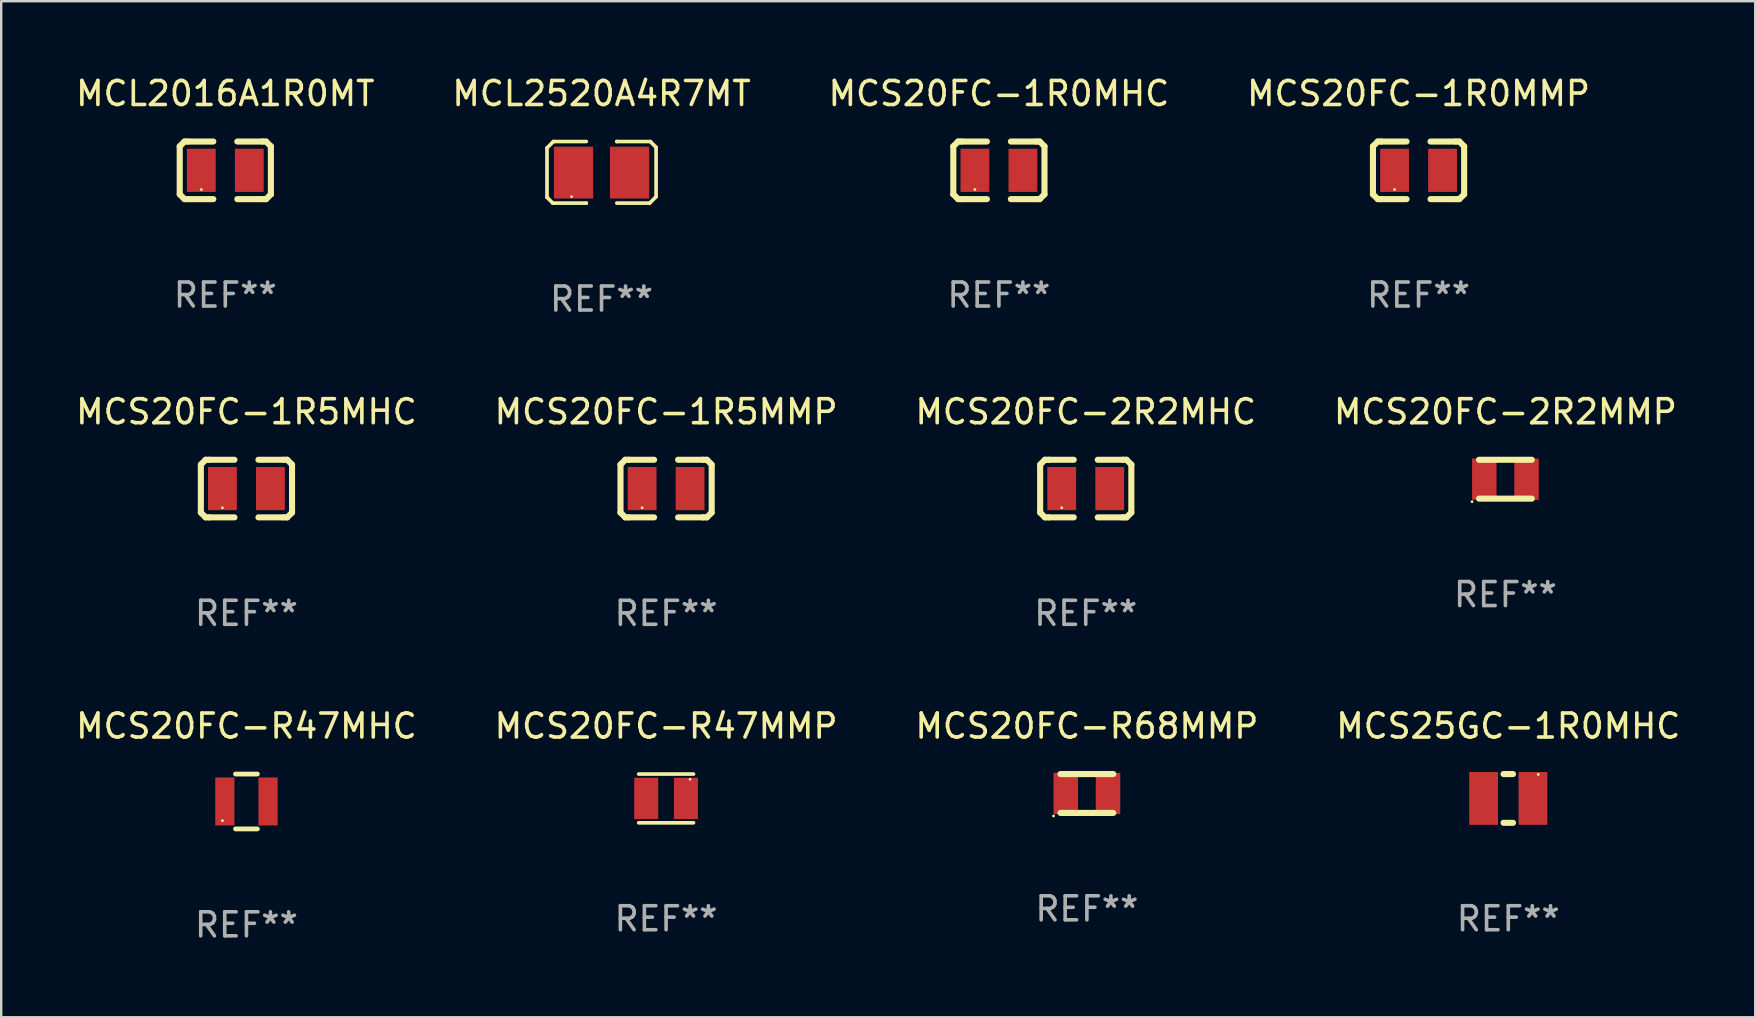
<source format=kicad_pcb>
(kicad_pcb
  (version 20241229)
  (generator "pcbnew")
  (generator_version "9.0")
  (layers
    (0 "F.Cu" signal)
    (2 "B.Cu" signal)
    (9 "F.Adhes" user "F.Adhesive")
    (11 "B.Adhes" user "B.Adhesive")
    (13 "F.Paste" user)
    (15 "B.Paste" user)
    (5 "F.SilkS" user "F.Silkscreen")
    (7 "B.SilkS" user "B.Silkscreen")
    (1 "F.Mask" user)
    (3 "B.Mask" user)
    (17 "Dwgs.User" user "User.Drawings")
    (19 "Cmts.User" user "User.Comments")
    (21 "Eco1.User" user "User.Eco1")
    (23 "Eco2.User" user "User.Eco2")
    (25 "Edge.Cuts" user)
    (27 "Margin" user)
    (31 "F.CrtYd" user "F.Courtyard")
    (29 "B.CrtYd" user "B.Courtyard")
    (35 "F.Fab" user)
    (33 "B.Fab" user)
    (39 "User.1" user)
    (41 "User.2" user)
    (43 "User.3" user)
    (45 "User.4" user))
  (footprint "MCS25GC-1R0MHC"
    (layer "F.Cu")
    (at 59.804 30.223)
    (property "Reference" "MCS25GC-1R0MHC" (at 0 -3.016 0) (layer "F.SilkS") (effects (font (size 1 1) (thickness 0.15))))
    (attr through_hole)
    (fp_line (start -0.197 1.016) (end 0.197 1.016) (stroke (width 0.254) (type solid)) (layer "F.SilkS"))
    (fp_line (start 0.197 -1.016) (end -0.197 -1.016) (stroke (width 0.254) (type solid)) (layer "F.SilkS"))
    (fp_circle (center 1.25 -1) (end 1.28 -1) (stroke (width 0.06) (type solid)) (fill no) (layer "F.SilkS"))
    (fp_text user "REF**" (at 0 5.016 0) (layer "F.Fab") (effects (font (size 1 1) (thickness 0.15))))
    (pad "1" smd rect (at 1.028 0) (size 1.2 2.2) (layers "F.Cu" "F.Mask" "F.Paste"))
    (pad "2" smd rect (at -1.028 0) (size 1.2 2.2) (layers "F.Cu" "F.Mask" "F.Paste")))
  (footprint "MCL2520A4R7MT"
    (layer "F.Cu")
    (at 22.018 4.131)
    (property "Reference" "MCL2520A4R7MT" (at 0 -3.283 0) (layer "F.SilkS") (effects (font (size 1 1) (thickness 0.15))))
    (attr through_hole)
    (fp_line (start -2.273 -1.016) (end -2.007 -1.283) (stroke (width 0.152) (type solid)) (layer "F.SilkS"))
    (fp_line (start -2.273 1.041) (end -2.273 -1.016) (stroke (width 0.152) (type solid)) (layer "F.SilkS"))
    (fp_line (start -2.032 1.283) (end -2.273 1.041) (stroke (width 0.152) (type solid)) (layer "F.SilkS"))
    (fp_line (start -2.007 -1.283) (end -0.635 -1.283) (stroke (width 0.152) (type solid)) (layer "F.SilkS"))
    (fp_line (start -0.635 1.283) (end -2.032 1.283) (stroke (width 0.152) (type solid)) (layer "F.SilkS"))
    (fp_line (start -0.635 1.283) (end -0.635 1.283) (stroke (width 0.152) (type solid)) (layer "F.SilkS"))
    (fp_line (start 0.635 -1.283) (end 0.635 -1.283) (stroke (width 0.152) (type solid)) (layer "F.SilkS"))
    (fp_line (start 0.635 -1.283) (end 2.032 -1.283) (stroke (width 0.152) (type solid)) (layer "F.SilkS"))
    (fp_line (start 2.007 1.283) (end 0.635 1.283) (stroke (width 0.152) (type solid)) (layer "F.SilkS"))
    (fp_line (start 2.032 -1.283) (end 2.273 -1.041) (stroke (width 0.152) (type solid)) (layer "F.SilkS"))
    (fp_line (start 2.273 -1.041) (end 2.273 1.016) (stroke (width 0.152) (type solid)) (layer "F.SilkS"))
    (fp_line (start 2.273 1.016) (end 2.007 1.283) (stroke (width 0.152) (type solid)) (layer "F.SilkS"))
    (fp_circle (center -1.25 1.013) (end -1.22 1.013) (stroke (width 0.06) (type solid)) (fill no) (layer "F.SilkS"))
    (fp_text user "REF**" (at 0 5.283 0) (layer "F.Fab") (effects (font (size 1 1) (thickness 0.15))))
    (pad "1" smd rect (at -1.167 0.013) (size 1.635 2.16) (layers "F.Cu" "F.Mask" "F.Paste"))
    (pad "2" smd rect (at 1.168 0.013) (size 1.635 2.16) (layers "F.Cu" "F.Mask" "F.Paste")))
  (footprint "MCS20FC-2R2MHC"
    (layer "F.Cu")
    (at 42.196 17.31)
    (property "Reference" "MCS20FC-2R2MHC" (at 0 -3.2 0) (layer "F.SilkS") (effects (font (size 1 1) (thickness 0.15))))
    (attr through_hole)
    (fp_line (start -1.9 -1) (end -1.9 1) (stroke (width 0.254) (type solid)) (layer "F.SilkS"))
    (fp_line (start -1.7 -1.2) (end -1.9 -1) (stroke (width 0.254) (type solid)) (layer "F.SilkS"))
    (fp_line (start -1.7 1.2) (end -1.9 1) (stroke (width 0.254) (type solid)) (layer "F.SilkS"))
    (fp_line (start -1.55 -1.2) (end -1.7 -1.2) (stroke (width 0.254) (type solid)) (layer "F.SilkS"))
    (fp_line (start -1.55 1.2) (end -1.7 1.2) (stroke (width 0.254) (type solid)) (layer "F.SilkS"))
    (fp_line (start -0.5 -1.2) (end -1.55 -1.2) (stroke (width 0.254) (type solid)) (layer "F.SilkS"))
    (fp_line (start -0.5 1.2) (end -1.55 1.2) (stroke (width 0.254) (type solid)) (layer "F.SilkS"))
    (fp_line (start 0.5 -1.2) (end 1.55 -1.2) (stroke (width 0.254) (type solid)) (layer "F.SilkS"))
    (fp_line (start 0.5 1.2) (end 1.55 1.2) (stroke (width 0.254) (type solid)) (layer "F.SilkS"))
    (fp_line (start 1.55 -1.2) (end 1.7 -1.2) (stroke (width 0.254) (type solid)) (layer "F.SilkS"))
    (fp_line (start 1.55 1.2) (end 1.7 1.2) (stroke (width 0.254) (type solid)) (layer "F.SilkS"))
    (fp_line (start 1.7 -1.2) (end 1.9 -1) (stroke (width 0.254) (type solid)) (layer "F.SilkS"))
    (fp_line (start 1.7 1.2) (end 1.9 1) (stroke (width 0.254) (type solid)) (layer "F.SilkS"))
    (fp_line (start 1.9 -1) (end 1.9 1) (stroke (width 0.254) (type solid)) (layer "F.SilkS"))
    (fp_circle (center -1 0.8) (end -0.97 0.8) (stroke (width 0.06) (type solid)) (fill no) (layer "F.SilkS"))
    (fp_text user "REF**" (at 0 5.2 0) (layer "F.Fab") (effects (font (size 1 1) (thickness 0.15))))
    (pad "1" smd rect (at -1 0) (size 1.2 1.8) (layers "F.Cu" "F.Mask" "F.Paste"))
    (pad "2" smd rect (at 1 0) (size 1.2 1.8) (layers "F.Cu" "F.Mask" "F.Paste")))
  (footprint "MCS20FC-R47MHC"
    (layer "F.Cu")
    (at 7.22 30.35)
    (property "Reference" "MCS20FC-R47MHC" (at 0 -3.143 0) (layer "F.SilkS") (effects (font (size 1 1) (thickness 0.15))))
    (attr through_hole)
    (fp_line (start -0.455 -1.143) (end 0.455 -1.143) (stroke (width 0.2) (type solid)) (layer "F.SilkS"))
    (fp_line (start -0.455 1.143) (end 0.455 1.143) (stroke (width 0.2) (type solid)) (layer "F.SilkS"))
    (fp_circle (center -1 0.8) (end -0.97 0.8) (stroke (width 0.06) (type solid)) (fill no) (layer "F.SilkS"))
    (fp_text user "REF**" (at 0 5.143 0) (layer "F.Fab") (effects (font (size 1 1) (thickness 0.15))))
    (pad "1" smd rect (at -0.9 0) (size 0.8 2) (layers "F.Cu" "F.Mask" "F.Paste"))
    (pad "2" smd rect (at 0.9 0) (size 0.8 2) (layers "F.Cu" "F.Mask" "F.Paste")))
  (footprint "MCS20FC-1R0MMP"
    (layer "F.Cu")
    (at 56.065 4.048)
    (property "Reference" "MCS20FC-1R0MMP" (at 0 -3.2 0) (layer "F.SilkS") (effects (font (size 1 1) (thickness 0.15))))
    (attr through_hole)
    (fp_line (start -1.9 -1) (end -1.9 1) (stroke (width 0.254) (type solid)) (layer "F.SilkS"))
    (fp_line (start -1.7 -1.2) (end -1.9 -1) (stroke (width 0.254) (type solid)) (layer "F.SilkS"))
    (fp_line (start -1.7 1.2) (end -1.9 1) (stroke (width 0.254) (type solid)) (layer "F.SilkS"))
    (fp_line (start -1.55 -1.2) (end -1.7 -1.2) (stroke (width 0.254) (type solid)) (layer "F.SilkS"))
    (fp_line (start -1.55 1.2) (end -1.7 1.2) (stroke (width 0.254) (type solid)) (layer "F.SilkS"))
    (fp_line (start -0.5 -1.2) (end -1.55 -1.2) (stroke (width 0.254) (type solid)) (layer "F.SilkS"))
    (fp_line (start -0.5 1.2) (end -1.55 1.2) (stroke (width 0.254) (type solid)) (layer "F.SilkS"))
    (fp_line (start 0.5 -1.2) (end 1.55 -1.2) (stroke (width 0.254) (type solid)) (layer "F.SilkS"))
    (fp_line (start 0.5 1.2) (end 1.55 1.2) (stroke (width 0.254) (type solid)) (layer "F.SilkS"))
    (fp_line (start 1.55 -1.2) (end 1.7 -1.2) (stroke (width 0.254) (type solid)) (layer "F.SilkS"))
    (fp_line (start 1.55 1.2) (end 1.7 1.2) (stroke (width 0.254) (type solid)) (layer "F.SilkS"))
    (fp_line (start 1.7 -1.2) (end 1.9 -1) (stroke (width 0.254) (type solid)) (layer "F.SilkS"))
    (fp_line (start 1.7 1.2) (end 1.9 1) (stroke (width 0.254) (type solid)) (layer "F.SilkS"))
    (fp_line (start 1.9 -1) (end 1.9 1) (stroke (width 0.254) (type solid)) (layer "F.SilkS"))
    (fp_circle (center -1 0.8) (end -0.97 0.8) (stroke (width 0.06) (type solid)) (fill no) (layer "F.SilkS"))
    (fp_text user "REF**" (at 0 5.2 0) (layer "F.Fab") (effects (font (size 1 1) (thickness 0.15))))
    (pad "1" smd rect (at -1 0) (size 1.2 1.8) (layers "F.Cu" "F.Mask" "F.Paste"))
    (pad "2" smd rect (at 1 0) (size 1.2 1.8) (layers "F.Cu" "F.Mask" "F.Paste")))
  (footprint "MCS20FC-1R5MMP"
    (layer "F.Cu")
    (at 24.708 17.31)
    (property "Reference" "MCS20FC-1R5MMP" (at 0 -3.2 0) (layer "F.SilkS") (effects (font (size 1 1) (thickness 0.15))))
    (attr through_hole)
    (fp_line (start -1.9 -1) (end -1.9 1) (stroke (width 0.254) (type solid)) (layer "F.SilkS"))
    (fp_line (start -1.7 -1.2) (end -1.9 -1) (stroke (width 0.254) (type solid)) (layer "F.SilkS"))
    (fp_line (start -1.7 1.2) (end -1.9 1) (stroke (width 0.254) (type solid)) (layer "F.SilkS"))
    (fp_line (start -1.55 -1.2) (end -1.7 -1.2) (stroke (width 0.254) (type solid)) (layer "F.SilkS"))
    (fp_line (start -1.55 1.2) (end -1.7 1.2) (stroke (width 0.254) (type solid)) (layer "F.SilkS"))
    (fp_line (start -0.5 -1.2) (end -1.55 -1.2) (stroke (width 0.254) (type solid)) (layer "F.SilkS"))
    (fp_line (start -0.5 1.2) (end -1.55 1.2) (stroke (width 0.254) (type solid)) (layer "F.SilkS"))
    (fp_line (start 0.5 -1.2) (end 1.55 -1.2) (stroke (width 0.254) (type solid)) (layer "F.SilkS"))
    (fp_line (start 0.5 1.2) (end 1.55 1.2) (stroke (width 0.254) (type solid)) (layer "F.SilkS"))
    (fp_line (start 1.55 -1.2) (end 1.7 -1.2) (stroke (width 0.254) (type solid)) (layer "F.SilkS"))
    (fp_line (start 1.55 1.2) (end 1.7 1.2) (stroke (width 0.254) (type solid)) (layer "F.SilkS"))
    (fp_line (start 1.7 -1.2) (end 1.9 -1) (stroke (width 0.254) (type solid)) (layer "F.SilkS"))
    (fp_line (start 1.7 1.2) (end 1.9 1) (stroke (width 0.254) (type solid)) (layer "F.SilkS"))
    (fp_line (start 1.9 -1) (end 1.9 1) (stroke (width 0.254) (type solid)) (layer "F.SilkS"))
    (fp_circle (center -1 0.8) (end -0.97 0.8) (stroke (width 0.06) (type solid)) (fill no) (layer "F.SilkS"))
    (fp_text user "REF**" (at 0 5.2 0) (layer "F.Fab") (effects (font (size 1 1) (thickness 0.15))))
    (pad "1" smd rect (at -1 0) (size 1.2 1.8) (layers "F.Cu" "F.Mask" "F.Paste"))
    (pad "2" smd rect (at 1 0) (size 1.2 1.8) (layers "F.Cu" "F.Mask" "F.Paste")))
  (footprint "MCS20FC-1R0MHC"
    (layer "F.Cu")
    (at 38.577 4.048)
    (property "Reference" "MCS20FC-1R0MHC" (at 0 -3.2 0) (layer "F.SilkS") (effects (font (size 1 1) (thickness 0.15))))
    (attr through_hole)
    (fp_line (start -1.9 -1) (end -1.9 1) (stroke (width 0.254) (type solid)) (layer "F.SilkS"))
    (fp_line (start -1.7 -1.2) (end -1.9 -1) (stroke (width 0.254) (type solid)) (layer "F.SilkS"))
    (fp_line (start -1.7 1.2) (end -1.9 1) (stroke (width 0.254) (type solid)) (layer "F.SilkS"))
    (fp_line (start -1.55 -1.2) (end -1.7 -1.2) (stroke (width 0.254) (type solid)) (layer "F.SilkS"))
    (fp_line (start -1.55 1.2) (end -1.7 1.2) (stroke (width 0.254) (type solid)) (layer "F.SilkS"))
    (fp_line (start -0.5 -1.2) (end -1.55 -1.2) (stroke (width 0.254) (type solid)) (layer "F.SilkS"))
    (fp_line (start -0.5 1.2) (end -1.55 1.2) (stroke (width 0.254) (type solid)) (layer "F.SilkS"))
    (fp_line (start 0.5 -1.2) (end 1.55 -1.2) (stroke (width 0.254) (type solid)) (layer "F.SilkS"))
    (fp_line (start 0.5 1.2) (end 1.55 1.2) (stroke (width 0.254) (type solid)) (layer "F.SilkS"))
    (fp_line (start 1.55 -1.2) (end 1.7 -1.2) (stroke (width 0.254) (type solid)) (layer "F.SilkS"))
    (fp_line (start 1.55 1.2) (end 1.7 1.2) (stroke (width 0.254) (type solid)) (layer "F.SilkS"))
    (fp_line (start 1.7 -1.2) (end 1.9 -1) (stroke (width 0.254) (type solid)) (layer "F.SilkS"))
    (fp_line (start 1.7 1.2) (end 1.9 1) (stroke (width 0.254) (type solid)) (layer "F.SilkS"))
    (fp_line (start 1.9 -1) (end 1.9 1) (stroke (width 0.254) (type solid)) (layer "F.SilkS"))
    (fp_circle (center -1 0.8) (end -0.97 0.8) (stroke (width 0.06) (type solid)) (fill no) (layer "F.SilkS"))
    (fp_text user "REF**" (at 0 5.2 0) (layer "F.Fab") (effects (font (size 1 1) (thickness 0.15))))
    (pad "1" smd rect (at -1 0) (size 1.2 1.8) (layers "F.Cu" "F.Mask" "F.Paste"))
    (pad "2" smd rect (at 1 0) (size 1.2 1.8) (layers "F.Cu" "F.Mask" "F.Paste")))
  (footprint "MCS20FC-1R5MHC"
    (layer "F.Cu")
    (at 7.22 17.31)
    (property "Reference" "MCS20FC-1R5MHC" (at 0 -3.2 0) (layer "F.SilkS") (effects (font (size 1 1) (thickness 0.15))))
    (attr through_hole)
    (fp_line (start -1.9 -1) (end -1.9 1) (stroke (width 0.254) (type solid)) (layer "F.SilkS"))
    (fp_line (start -1.7 -1.2) (end -1.9 -1) (stroke (width 0.254) (type solid)) (layer "F.SilkS"))
    (fp_line (start -1.7 1.2) (end -1.9 1) (stroke (width 0.254) (type solid)) (layer "F.SilkS"))
    (fp_line (start -1.55 -1.2) (end -1.7 -1.2) (stroke (width 0.254) (type solid)) (layer "F.SilkS"))
    (fp_line (start -1.55 1.2) (end -1.7 1.2) (stroke (width 0.254) (type solid)) (layer "F.SilkS"))
    (fp_line (start -0.5 -1.2) (end -1.55 -1.2) (stroke (width 0.254) (type solid)) (layer "F.SilkS"))
    (fp_line (start -0.5 1.2) (end -1.55 1.2) (stroke (width 0.254) (type solid)) (layer "F.SilkS"))
    (fp_line (start 0.5 -1.2) (end 1.55 -1.2) (stroke (width 0.254) (type solid)) (layer "F.SilkS"))
    (fp_line (start 0.5 1.2) (end 1.55 1.2) (stroke (width 0.254) (type solid)) (layer "F.SilkS"))
    (fp_line (start 1.55 -1.2) (end 1.7 -1.2) (stroke (width 0.254) (type solid)) (layer "F.SilkS"))
    (fp_line (start 1.55 1.2) (end 1.7 1.2) (stroke (width 0.254) (type solid)) (layer "F.SilkS"))
    (fp_line (start 1.7 -1.2) (end 1.9 -1) (stroke (width 0.254) (type solid)) (layer "F.SilkS"))
    (fp_line (start 1.7 1.2) (end 1.9 1) (stroke (width 0.254) (type solid)) (layer "F.SilkS"))
    (fp_line (start 1.9 -1) (end 1.9 1) (stroke (width 0.254) (type solid)) (layer "F.SilkS"))
    (fp_circle (center -1 0.8) (end -0.97 0.8) (stroke (width 0.06) (type solid)) (fill no) (layer "F.SilkS"))
    (fp_text user "REF**" (at 0 5.2 0) (layer "F.Fab") (effects (font (size 1 1) (thickness 0.15))))
    (pad "1" smd rect (at -1 0) (size 1.2 1.8) (layers "F.Cu" "F.Mask" "F.Paste"))
    (pad "2" smd rect (at 1 0) (size 1.2 1.8) (layers "F.Cu" "F.Mask" "F.Paste")))
  (footprint "MCL2016A1R0MT"
    (layer "F.Cu")
    (at 6.339 4.048)
    (property "Reference" "MCL2016A1R0MT" (at 0 -3.2 0) (layer "F.SilkS") (effects (font (size 1 1) (thickness 0.15))))
    (attr through_hole)
    (fp_line (start -1.9 -1) (end -1.9 1) (stroke (width 0.254) (type solid)) (layer "F.SilkS"))
    (fp_line (start -1.7 -1.2) (end -1.9 -1) (stroke (width 0.254) (type solid)) (layer "F.SilkS"))
    (fp_line (start -1.7 1.2) (end -1.9 1) (stroke (width 0.254) (type solid)) (layer "F.SilkS"))
    (fp_line (start -1.55 -1.2) (end -1.7 -1.2) (stroke (width 0.254) (type solid)) (layer "F.SilkS"))
    (fp_line (start -1.55 1.2) (end -1.7 1.2) (stroke (width 0.254) (type solid)) (layer "F.SilkS"))
    (fp_line (start -0.5 -1.2) (end -1.55 -1.2) (stroke (width 0.254) (type solid)) (layer "F.SilkS"))
    (fp_line (start -0.5 1.2) (end -1.55 1.2) (stroke (width 0.254) (type solid)) (layer "F.SilkS"))
    (fp_line (start 0.5 -1.2) (end 1.55 -1.2) (stroke (width 0.254) (type solid)) (layer "F.SilkS"))
    (fp_line (start 0.5 1.2) (end 1.55 1.2) (stroke (width 0.254) (type solid)) (layer "F.SilkS"))
    (fp_line (start 1.55 -1.2) (end 1.7 -1.2) (stroke (width 0.254) (type solid)) (layer "F.SilkS"))
    (fp_line (start 1.55 1.2) (end 1.7 1.2) (stroke (width 0.254) (type solid)) (layer "F.SilkS"))
    (fp_line (start 1.7 -1.2) (end 1.9 -1) (stroke (width 0.254) (type solid)) (layer "F.SilkS"))
    (fp_line (start 1.7 1.2) (end 1.9 1) (stroke (width 0.254) (type solid)) (layer "F.SilkS"))
    (fp_line (start 1.9 -1) (end 1.9 1) (stroke (width 0.254) (type solid)) (layer "F.SilkS"))
    (fp_circle (center -1 0.8) (end -0.97 0.8) (stroke (width 0.06) (type solid)) (fill no) (layer "F.SilkS"))
    (fp_text user "REF**" (at 0 5.2 0) (layer "F.Fab") (effects (font (size 1 1) (thickness 0.15))))
    (pad "1" smd rect (at -1 0) (size 1.2 1.8) (layers "F.Cu" "F.Mask" "F.Paste"))
    (pad "2" smd rect (at 1 0) (size 1.2 1.8) (layers "F.Cu" "F.Mask" "F.Paste")))
  (footprint "MCS20FC-R47MMP"
    (layer "F.Cu")
    (at 24.708 30.223)
    (property "Reference" "MCS20FC-R47MMP" (at 0 -3.016 0) (layer "F.SilkS") (effects (font (size 1 1) (thickness 0.15))))
    (attr through_hole)
    (fp_line (start -1.143 -1.016) (end 1.143 -1.016) (stroke (width 0.152) (type solid)) (layer "F.SilkS"))
    (fp_line (start 1.143 1.016) (end -1.143 1.016) (stroke (width 0.152) (type solid)) (layer "F.SilkS"))
    (fp_circle (center 1 -0.8) (end 1.03 -0.8) (stroke (width 0.06) (type solid)) (fill no) (layer "F.SilkS"))
    (fp_text user "REF**" (at 0 5.016 0) (layer "F.Fab") (effects (font (size 1 1) (thickness 0.15))))
    (pad "1" smd rect (at 0.828 0) (size 1 1.72) (layers "F.Cu" "F.Mask" "F.Paste"))
    (pad "2" smd rect (at -0.828 0) (size 1 1.72) (layers "F.Cu" "F.Mask" "F.Paste")))
  (footprint "MCS20FC-R68MMP"
    (layer "F.Cu")
    (at 42.244 30.017)
    (property "Reference" "MCS20FC-R68MMP" (at 0 -2.81 0) (layer "F.SilkS") (effects (font (size 1 1) (thickness 0.15))))
    (attr through_hole)
    (fp_line (start -1.1 -0.81) (end 1.1 -0.81) (stroke (width 0.254) (type solid)) (layer "F.SilkS"))
    (fp_line (start -1.1 0.81) (end 1.1 0.81) (stroke (width 0.254) (type solid)) (layer "F.SilkS"))
    (fp_circle (center -1.39 0.937) (end -1.36 0.937) (stroke (width 0.06) (type solid)) (fill no) (layer "F.SilkS"))
    (fp_text user "REF**" (at 0 4.81 0) (layer "F.Fab") (effects (font (size 1 1) (thickness 0.15))))
    (pad "1" smd rect (at -0.88 0) (size 1.02 1.72) (layers "F.Cu" "F.Mask" "F.Paste"))
    (pad "2" smd rect (at 0.88 0) (size 1.02 1.72) (layers "F.Cu" "F.Mask" "F.Paste")))
  (footprint "MCS20FC-2R2MMP"
    (layer "F.Cu")
    (at 59.685 16.92)
    (property "Reference" "MCS20FC-2R2MMP" (at 0 -2.81 0) (layer "F.SilkS") (effects (font (size 1 1) (thickness 0.15))))
    (attr through_hole)
    (fp_line (start -1.1 -0.81) (end 1.1 -0.81) (stroke (width 0.254) (type solid)) (layer "F.SilkS"))
    (fp_line (start -1.1 0.81) (end 1.1 0.81) (stroke (width 0.254) (type solid)) (layer "F.SilkS"))
    (fp_circle (center -1.39 0.937) (end -1.36 0.937) (stroke (width 0.06) (type solid)) (fill no) (layer "F.SilkS"))
    (fp_text user "REF**" (at 0 4.81 0) (layer "F.Fab") (effects (font (size 1 1) (thickness 0.15))))
    (pad "1" smd rect (at -0.88 0) (size 1.02 1.72) (layers "F.Cu" "F.Mask" "F.Paste"))
    (pad "2" smd rect (at 0.88 0) (size 1.02 1.72) (layers "F.Cu" "F.Mask" "F.Paste")))
  (gr_rect
    (start -3 -3)
    (end 70.095 39.341)
    (stroke (width 0.1) (type default))
    (fill no)
    (layer "Edge.Cuts")))
</source>
